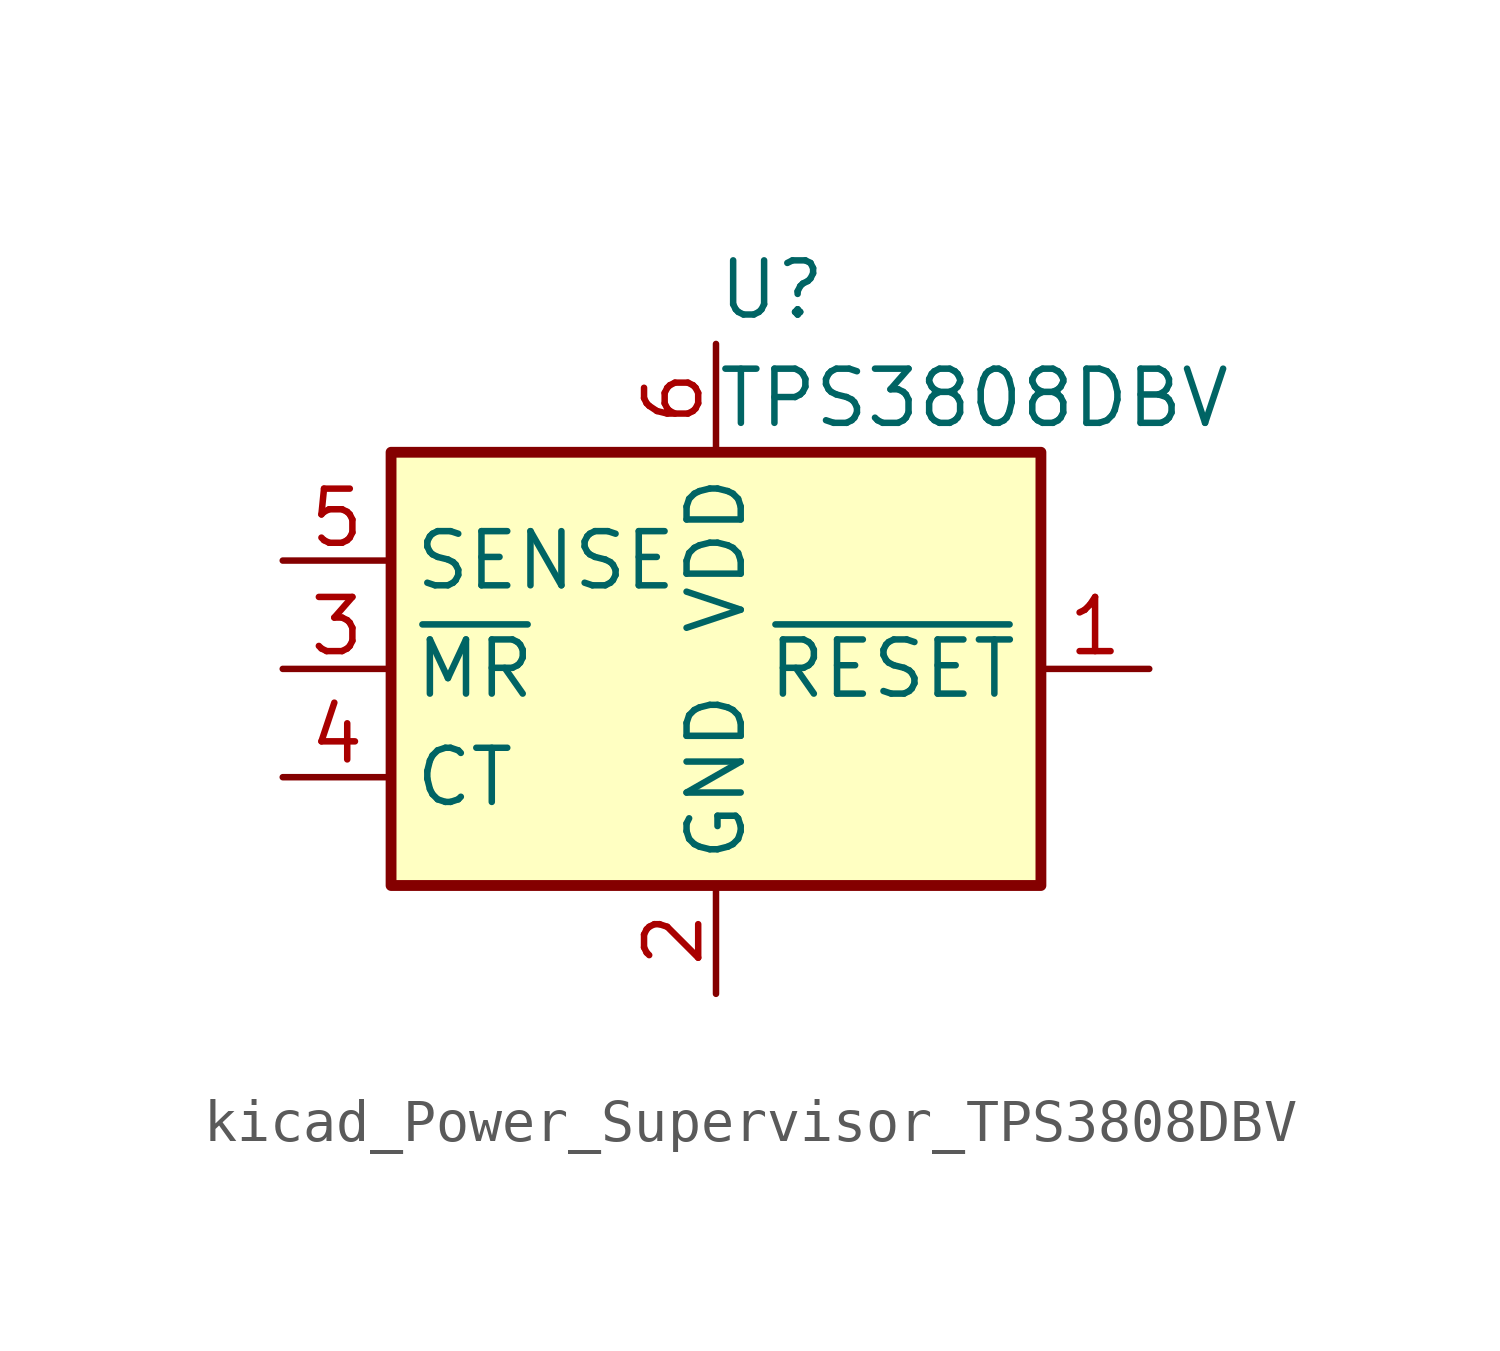
<source format=kicad_sym>
(kicad_symbol_lib
  (version 20220914)
  (generator kicad_symbol_editor)
  (symbol "kicad_Power_Supervisor_TPS3808DBV"
    (property "Reference" "U"
      (at 0 8.89 0)
      (effects (font (size 1.27 1.27)) (justify left)))
    (property "Value" "TPS3808DBV"
      (at 0 6.35 0)
      (effects (font (size 1.27 1.27)) (justify left)))
    (symbol "kicad_Power_Supervisor_TPS3808DBV_0_1"
      (rectangle (start -7.62 5.08) (end 7.62 -5.08) (stroke (width 0.254) (type default)) (fill (type background))))
    (symbol "kicad_Power_Supervisor_TPS3808DBV_1_1"
      (pin output line (at 10.16 0 180) (length 2.54) (name "~{RESET}" (effects (font (size 1.27 1.27)))) (number "1" (effects (font (size 1.27 1.27)))))
      (pin power_in line (at 0 -7.62 90) (length 2.54) (name "GND" (effects (font (size 1.27 1.27)))) (number "2" (effects (font (size 1.27 1.27)))))
      (pin input line (at -10.16 0 0) (length 2.54) (name "~{MR}" (effects (font (size 1.27 1.27)))) (number "3" (effects (font (size 1.27 1.27)))))
      (pin input line (at -10.16 -2.54 0) (length 2.54) (name "CT" (effects (font (size 1.27 1.27)))) (number "4" (effects (font (size 1.27 1.27)))))
      (pin input line (at -10.16 2.54 0) (length 2.54) (name "SENSE" (effects (font (size 1.27 1.27)))) (number "5" (effects (font (size 1.27 1.27)))))
      (pin power_in line (at 0 7.62 270) (length 2.54) (name "VDD" (effects (font (size 1.27 1.27)))) (number "6" (effects (font (size 1.27 1.27))))))))
</source>
